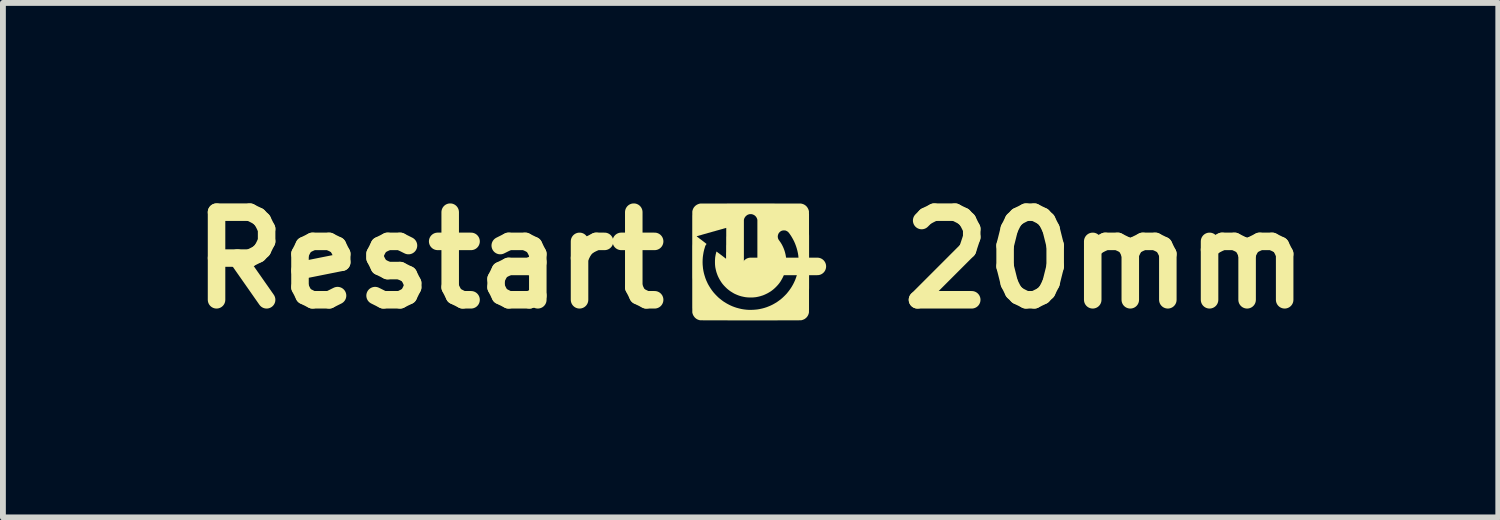
<source format=kicad_pcb>
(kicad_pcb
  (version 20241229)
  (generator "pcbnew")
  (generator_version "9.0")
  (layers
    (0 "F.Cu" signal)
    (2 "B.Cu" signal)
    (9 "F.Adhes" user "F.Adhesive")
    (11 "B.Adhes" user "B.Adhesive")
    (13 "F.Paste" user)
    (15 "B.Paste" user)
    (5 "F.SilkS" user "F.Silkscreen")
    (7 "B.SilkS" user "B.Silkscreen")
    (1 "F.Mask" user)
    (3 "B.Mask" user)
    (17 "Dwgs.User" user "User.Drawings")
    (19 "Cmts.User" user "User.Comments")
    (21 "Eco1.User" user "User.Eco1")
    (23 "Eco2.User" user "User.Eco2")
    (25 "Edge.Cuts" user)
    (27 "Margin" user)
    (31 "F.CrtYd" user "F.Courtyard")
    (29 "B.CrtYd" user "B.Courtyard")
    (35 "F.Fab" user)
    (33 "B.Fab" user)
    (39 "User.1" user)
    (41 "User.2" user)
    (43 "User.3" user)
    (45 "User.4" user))
  (footprint "Restart - 20mm"
    (layer "F.Cu")
    (at 9.8 1.404)
    (property "Reference" "Restart - 20mm" (at 0 0 0) (layer "F.SilkS") (effects (font (size 1.5 1.5) (thickness 0.3))))
    (attr board_only exclude_from_pos_files exclude_from_bom)
    (fp_poly (pts (xy 0.042 -0.971) (xy 0.081 -0.971) (xy 0.119 -0.971) (xy 0.158 -0.971) (xy 0.196 -0.971) (xy 0.234 -0.971) (xy 0.271 -0.971) (xy 0.308 -0.971) (xy 0.344 -0.971) (xy 0.38 -0.971) (xy 0.415 -0.97) (xy 0.449 -0.97) (xy 0.482 -0.97) (xy 0.515 -0.97) (xy 0.546 -0.97) (xy 0.577 -0.97) (xy 0.606 -0.97) (xy 0.634 -0.97) (xy 0.661 -0.97) (xy 0.686 -0.97) (xy 0.71 -0.97) (xy 0.733 -0.97) (xy 0.754 -0.97) (xy 0.773 -0.97) (xy 0.791 -0.97) (xy 0.807 -0.97) (xy 0.821 -0.969) (xy 0.833 -0.969) (xy 0.844 -0.969) (xy 0.852 -0.969) (xy 0.858 -0.969) (xy 0.862 -0.969) (xy 0.864 -0.969) (xy 0.882 -0.965) (xy 0.901 -0.959) (xy 0.918 -0.951) (xy 0.934 -0.941) (xy 0.949 -0.929) (xy 0.954 -0.924) (xy 0.967 -0.909) (xy 0.977 -0.894) (xy 0.986 -0.877) (xy 0.993 -0.859) (xy 0.998 -0.841) (xy 0.999 -0.833) (xy 0.999 -0.832) (xy 0.999 -0.827) (xy 0.999 -0.821) (xy 0.999 -0.813) (xy 0.999 -0.802) (xy 1 -0.79) (xy 1 -0.775) (xy 1 -0.759) (xy 1 -0.741) (xy 1 -0.722) (xy 1 -0.7) (xy 1 -0.678) (xy 1 -0.653) (xy 1 -0.628) (xy 1 -0.601) (xy 1 -0.573) (xy 1 -0.543) (xy 1 -0.513) (xy 1 -0.481) (xy 1 -0.448) (xy 1.001 -0.415) (xy 1.001 -0.381) (xy 1.001 -0.346) (xy 1.001 -0.31) (xy 1.001 -0.273) (xy 1.001 -0.237) (xy 1.001 -0.199) (xy 1.001 -0.161) (xy 1.001 -0.123) (xy 1.001 -0.084) (xy 1.001 -0.046) (xy 1.001 -0.007) (xy 1.001 0.032) (xy 1.001 0.071) (xy 1.001 0.11) (xy 1.001 0.148) (xy 1.001 0.187) (xy 1.001 0.225) (xy 1.001 0.263) (xy 1.001 0.3) (xy 1.001 0.337) (xy 1.001 0.373) (xy 1.001 0.409) (xy 1.001 0.444) (xy 1.001 0.478) (xy 1 0.512) (xy 1 0.544) (xy 1 0.576) (xy 1 0.606) (xy 1 0.635) (xy 1 0.664) (xy 1 0.69) (xy 1 0.716) (xy 1 0.74) (xy 1 0.763) (xy 1 0.784) (xy 1 0.803) (xy 1 0.821) (xy 1 0.837) (xy 1 0.851) (xy 0.999 0.863) (xy 0.999 0.874) (xy 0.999 0.882) (xy 0.999 0.888) (xy 0.999 0.892) (xy 0.999 0.894) (xy 0.995 0.913) (xy 0.989 0.931) (xy 0.981 0.948) (xy 0.971 0.964) (xy 0.959 0.979) (xy 0.954 0.984) (xy 0.939 0.997) (xy 0.924 1.008) (xy 0.907 1.016) (xy 0.889 1.023) (xy 0.871 1.028) (xy 0.864 1.029) (xy 0.862 1.029) (xy 0.857 1.029) (xy 0.851 1.029) (xy 0.843 1.029) (xy 0.832 1.029) (xy 0.82 1.03) (xy 0.806 1.03) (xy 0.789 1.03) (xy 0.772 1.03) (xy 0.752 1.03) (xy 0.731 1.03) (xy 0.708 1.03) (xy 0.684 1.03) (xy 0.658 1.03) (xy 0.631 1.03) (xy 0.603 1.03) (xy 0.574 1.03) (xy 0.543 1.03) (xy 0.512 1.03) (xy 0.479 1.03) (xy 0.446 1.031) (xy 0.412 1.031) (xy 0.377 1.031) (xy 0.341 1.031) (xy 0.304 1.031) (xy 0.267 1.031) (xy 0.23 1.031) (xy 0.192 1.031) (xy 0.154 1.031) (xy 0.116 1.031) (xy 0.077 1.031) (xy 0.038 1.031) (xy -0.001 1.031) (xy -0.04 1.031) (xy -0.079 1.031) (xy -0.117 1.031) (xy -0.156 1.031) (xy -0.194 1.031) (xy -0.232 1.031) (xy -0.269 1.031) (xy -0.306 1.031) (xy -0.342 1.031) (xy -0.378 1.031) (xy -0.413 1.03) (xy -0.447 1.03) (xy -0.481 1.03) (xy -0.513 1.03) (xy -0.545 1.03) (xy -0.575 1.03) (xy -0.604 1.03) (xy -0.633 1.03) (xy -0.659 1.03) (xy -0.685 1.03) (xy -0.709 1.03) (xy -0.732 1.03) (xy -0.753 1.03) (xy -0.772 1.03) (xy -0.79 1.03) (xy -0.806 1.03) (xy -0.82 1.029) (xy -0.833 1.029) (xy -0.843 1.029) (xy -0.851 1.029) (xy -0.858 1.029) (xy -0.862 1.029) (xy -0.864 1.029) (xy -0.882 1.025) (xy -0.9 1.019) (xy -0.917 1.011) (xy -0.933 1.001) (xy -0.948 0.988) (xy -0.953 0.984) (xy -0.965 0.969) (xy -0.976 0.954) (xy -0.985 0.937) (xy -0.992 0.919) (xy -0.997 0.901) (xy -0.998 0.894) (xy -0.998 0.892) (xy -0.998 0.887) (xy -0.998 0.881) (xy -0.998 0.873) (xy -0.998 0.862) (xy -0.998 0.85) (xy -0.998 0.835) (xy -0.999 0.819) (xy -0.999 0.801) (xy -0.999 0.782) (xy -0.999 0.76) (xy -0.999 0.738) (xy -0.999 0.713) (xy -0.999 0.688) (xy -0.999 0.661) (xy -0.999 0.633) (xy -0.999 0.603) (xy -0.999 0.573) (xy -0.999 0.541) (xy -0.999 0.509) (xy -0.999 0.475) (xy -0.999 0.441) (xy -0.999 0.406) (xy -0.999 0.37) (xy -0.999 0.334) (xy -1 0.297) (xy -1 0.259) (xy -1 0.221) (xy -1 0.183) (xy -1 0.145) (xy -1 0.106) (xy -1 0.067) (xy -1 0.028) (xy -1 -0.011) (xy -1 -0.05) (xy -1 -0.088) (xy -1 -0.127) (xy -1 -0.165) (xy -1 -0.203) (xy -1 -0.24) (xy -0.999 -0.277) (xy -0.999 -0.313) (xy -0.999 -0.349) (xy -0.999 -0.384) (xy -0.999 -0.409) (xy -0.924 -0.409) (xy -0.924 -0.409) (xy -0.924 -0.409) (xy -0.923 -0.408) (xy -0.922 -0.407) (xy -0.92 -0.406) (xy -0.918 -0.404) (xy -0.915 -0.401) (xy -0.911 -0.398) (xy -0.906 -0.395) (xy -0.9 -0.39) (xy -0.893 -0.385) (xy -0.885 -0.379) (xy -0.876 -0.371) (xy -0.865 -0.363) (xy -0.852 -0.354) (xy -0.838 -0.343) (xy -0.822 -0.331) (xy -0.816 -0.326) (xy -0.805 -0.318) (xy -0.795 -0.31) (xy -0.786 -0.303) (xy -0.778 -0.297) (xy -0.771 -0.291) (xy -0.765 -0.286) (xy -0.76 -0.282) (xy -0.756 -0.28) (xy -0.755 -0.278) (xy -0.755 -0.278) (xy -0.755 -0.277) (xy -0.757 -0.274) (xy -0.759 -0.27) (xy -0.762 -0.265) (xy -0.764 -0.262) (xy -0.775 -0.247) (xy -0.782 -0.223) (xy -0.795 -0.18) (xy -0.805 -0.137) (xy -0.812 -0.095) (xy -0.818 -0.053) (xy -0.821 -0.011) (xy -0.822 0.032) (xy -0.821 0.074) (xy -0.819 0.097) (xy -0.815 0.14) (xy -0.808 0.183) (xy -0.799 0.225) (xy -0.787 0.267) (xy -0.774 0.308) (xy -0.758 0.349) (xy -0.75 0.366) (xy -0.732 0.405) (xy -0.711 0.442) (xy -0.688 0.479) (xy -0.664 0.514) (xy -0.638 0.548) (xy -0.609 0.581) (xy -0.579 0.612) (xy -0.548 0.642) (xy -0.524 0.662) (xy -0.492 0.687) (xy -0.459 0.711) (xy -0.424 0.733) (xy -0.388 0.753) (xy -0.351 0.772) (xy -0.313 0.789) (xy -0.279 0.802) (xy -0.24 0.815) (xy -0.199 0.826) (xy -0.157 0.836) (xy -0.115 0.843) (xy -0.072 0.848) (xy -0.041 0.85) (xy -0.032 0.851) (xy -0.021 0.851) (xy -0.009 0.851) (xy 0.004 0.851) (xy 0.017 0.851) (xy 0.03 0.85) (xy 0.043 0.85) (xy 0.054 0.849) (xy 0.064 0.849) (xy 0.068 0.848) (xy 0.112 0.844) (xy 0.154 0.837) (xy 0.196 0.828) (xy 0.237 0.817) (xy 0.277 0.804) (xy 0.317 0.788) (xy 0.341 0.778) (xy 0.38 0.759) (xy 0.417 0.738) (xy 0.453 0.716) (xy 0.488 0.691) (xy 0.522 0.665) (xy 0.554 0.637) (xy 0.585 0.607) (xy 0.615 0.576) (xy 0.642 0.543) (xy 0.668 0.509) (xy 0.692 0.474) (xy 0.704 0.455) (xy 0.726 0.417) (xy 0.745 0.379) (xy 0.763 0.339) (xy 0.778 0.299) (xy 0.791 0.258) (xy 0.802 0.216) (xy 0.81 0.174) (xy 0.817 0.132) (xy 0.821 0.089) (xy 0.823 0.046) (xy 0.823 0.003) (xy 0.82 -0.04) (xy 0.816 -0.083) (xy 0.81 -0.12) (xy 0.801 -0.161) (xy 0.79 -0.202) (xy 0.777 -0.242) (xy 0.762 -0.282) (xy 0.745 -0.321) (xy 0.726 -0.358) (xy 0.705 -0.395) (xy 0.704 -0.396) (xy 0.697 -0.408) (xy 0.689 -0.421) (xy 0.681 -0.432) (xy 0.673 -0.444) (xy 0.666 -0.454) (xy 0.659 -0.463) (xy 0.652 -0.471) (xy 0.647 -0.478) (xy 0.642 -0.483) (xy 0.641 -0.483) (xy 0.63 -0.492) (xy 0.618 -0.499) (xy 0.604 -0.505) (xy 0.596 -0.508) (xy 0.59 -0.509) (xy 0.583 -0.509) (xy 0.574 -0.51) (xy 0.566 -0.51) (xy 0.557 -0.509) (xy 0.55 -0.508) (xy 0.544 -0.507) (xy 0.544 -0.507) (xy 0.531 -0.503) (xy 0.517 -0.496) (xy 0.505 -0.487) (xy 0.494 -0.477) (xy 0.485 -0.466) (xy 0.484 -0.464) (xy 0.476 -0.452) (xy 0.471 -0.438) (xy 0.467 -0.423) (xy 0.465 -0.408) (xy 0.466 -0.394) (xy 0.468 -0.379) (xy 0.471 -0.37) (xy 0.473 -0.364) (xy 0.476 -0.358) (xy 0.479 -0.352) (xy 0.483 -0.346) (xy 0.488 -0.339) (xy 0.49 -0.336) (xy 0.512 -0.305) (xy 0.532 -0.273) (xy 0.549 -0.24) (xy 0.564 -0.207) (xy 0.577 -0.173) (xy 0.588 -0.138) (xy 0.597 -0.102) (xy 0.604 -0.065) (xy 0.609 -0.026) (xy 0.61 -0.023) (xy 0.61 -0.015) (xy 0.611 -0.005) (xy 0.611 0.006) (xy 0.611 0.018) (xy 0.611 0.031) (xy 0.611 0.043) (xy 0.611 0.055) (xy 0.611 0.067) (xy 0.61 0.077) (xy 0.609 0.086) (xy 0.609 0.088) (xy 0.604 0.126) (xy 0.597 0.164) (xy 0.587 0.2) (xy 0.576 0.236) (xy 0.563 0.27) (xy 0.547 0.304) (xy 0.529 0.336) (xy 0.51 0.368) (xy 0.49 0.396) (xy 0.468 0.423) (xy 0.444 0.449) (xy 0.418 0.475) (xy 0.391 0.499) (xy 0.372 0.514) (xy 0.348 0.532) (xy 0.322 0.548) (xy 0.295 0.564) (xy 0.267 0.578) (xy 0.239 0.591) (xy 0.21 0.603) (xy 0.2 0.606) (xy 0.165 0.617) (xy 0.129 0.626) (xy 0.093 0.633) (xy 0.056 0.637) (xy 0.019 0.639) (xy -0.017 0.639) (xy -0.054 0.637) (xy -0.091 0.633) (xy -0.127 0.626) (xy -0.162 0.618) (xy -0.198 0.607) (xy -0.232 0.594) (xy -0.266 0.579) (xy -0.281 0.572) (xy -0.313 0.553) (xy -0.345 0.533) (xy -0.375 0.511) (xy -0.403 0.488) (xy -0.43 0.462) (xy -0.456 0.435) (xy -0.48 0.407) (xy -0.502 0.377) (xy -0.507 0.369) (xy -0.527 0.337) (xy -0.545 0.304) (xy -0.561 0.271) (xy -0.574 0.237) (xy -0.586 0.202) (xy -0.595 0.166) (xy -0.601 0.138) (xy -0.604 0.123) (xy -0.606 0.108) (xy -0.607 0.095) (xy -0.609 0.081) (xy -0.609 0.066) (xy -0.61 0.051) (xy -0.61 0.033) (xy -0.61 0.028) (xy -0.61 0.009) (xy -0.609 -0.008) (xy -0.608 -0.025) (xy -0.607 -0.041) (xy -0.605 -0.057) (xy -0.602 -0.073) (xy -0.599 -0.091) (xy -0.598 -0.095) (xy -0.597 -0.101) (xy -0.595 -0.108) (xy -0.593 -0.116) (xy -0.591 -0.123) (xy -0.59 -0.13) (xy -0.588 -0.136) (xy -0.586 -0.142) (xy -0.585 -0.146) (xy -0.584 -0.147) (xy -0.583 -0.147) (xy -0.581 -0.146) (xy -0.577 -0.143) (xy -0.571 -0.139) (xy -0.564 -0.133) (xy -0.555 -0.126) (xy -0.544 -0.118) (xy -0.531 -0.109) (xy -0.517 -0.098) (xy -0.502 -0.087) (xy -0.42 -0.024) (xy -0.42 -0.05) (xy -0.42 -0.062) (xy -0.42 -0.076) (xy -0.42 -0.091) (xy -0.42 -0.107) (xy -0.42 -0.124) (xy -0.419 -0.143) (xy -0.419 -0.162) (xy -0.419 -0.182) (xy -0.419 -0.203) (xy -0.419 -0.223) (xy -0.419 -0.245) (xy -0.418 -0.266) (xy -0.418 -0.288) (xy -0.418 -0.31) (xy -0.418 -0.331) (xy -0.418 -0.352) (xy -0.418 -0.373) (xy -0.418 -0.393) (xy -0.417 -0.413) (xy -0.417 -0.432) (xy -0.417 -0.45) (xy -0.417 -0.466) (xy -0.417 -0.482) (xy -0.417 -0.497) (xy -0.417 -0.51) (xy -0.417 -0.521) (xy -0.417 -0.531) (xy -0.417 -0.54) (xy -0.417 -0.546) (xy -0.417 -0.55) (xy -0.417 -0.552) (xy -0.417 -0.552) (xy -0.418 -0.552) (xy -0.421 -0.551) (xy -0.426 -0.55) (xy -0.433 -0.548) (xy -0.442 -0.545) (xy -0.453 -0.543) (xy -0.465 -0.539) (xy -0.478 -0.535) (xy -0.493 -0.531) (xy -0.508 -0.527) (xy -0.525 -0.522) (xy -0.543 -0.517) (xy -0.561 -0.512) (xy -0.58 -0.507) (xy -0.6 -0.501) (xy -0.62 -0.495) (xy -0.64 -0.49) (xy -0.661 -0.484) (xy -0.681 -0.478) (xy -0.702 -0.472) (xy -0.722 -0.467) (xy -0.742 -0.461) (xy -0.762 -0.455) (xy -0.781 -0.45) (xy -0.799 -0.445) (xy -0.817 -0.44) (xy -0.834 -0.435) (xy -0.849 -0.43) (xy -0.864 -0.426) (xy -0.877 -0.423) (xy -0.889 -0.419) (xy -0.899 -0.416) (xy -0.908 -0.414) (xy -0.915 -0.412) (xy -0.92 -0.41) (xy -0.923 -0.409) (xy -0.924 -0.409) (xy -0.999 -0.409) (xy -0.999 -0.418) (xy -0.999 -0.452) (xy -0.999 -0.484) (xy -0.999 -0.516) (xy -0.999 -0.546) (xy -0.999 -0.575) (xy -0.999 -0.603) (xy -0.999 -0.63) (xy -0.999 -0.656) (xy -0.999 -0.68) (xy -0.999 -0.69) (xy -0.115 -0.69) (xy -0.115 -0.333) (xy -0.115 0.025) (xy -0.112 0.036) (xy -0.107 0.052) (xy -0.099 0.066) (xy -0.09 0.079) (xy -0.08 0.091) (xy -0.069 0.101) (xy -0.056 0.109) (xy -0.042 0.115) (xy -0.028 0.12) (xy -0.013 0.123) (xy 0.003 0.123) (xy 0.019 0.122) (xy 0.029 0.12) (xy 0.045 0.115) (xy 0.059 0.108) (xy 0.072 0.099) (xy 0.084 0.088) (xy 0.094 0.076) (xy 0.103 0.062) (xy 0.109 0.048) (xy 0.113 0.036) (xy 0.116 0.025) (xy 0.116 -0.333) (xy 0.116 -0.69) (xy 0.113 -0.701) (xy 0.108 -0.717) (xy 0.1 -0.732) (xy 0.091 -0.745) (xy 0.08 -0.757) (xy 0.068 -0.767) (xy 0.054 -0.775) (xy 0.039 -0.782) (xy 0.029 -0.785) (xy 0.024 -0.786) (xy 0.02 -0.787) (xy 0.016 -0.788) (xy 0.011 -0.788) (xy 0.004 -0.788) (xy 0.001 -0.788) (xy -0.007 -0.788) (xy -0.012 -0.788) (xy -0.017 -0.787) (xy -0.022 -0.787) (xy -0.026 -0.786) (xy -0.028 -0.785) (xy -0.044 -0.78) (xy -0.058 -0.773) (xy -0.071 -0.763) (xy -0.083 -0.753) (xy -0.093 -0.74) (xy -0.102 -0.727) (xy -0.109 -0.712) (xy -0.112 -0.701) (xy -0.115 -0.69) (xy -0.999 -0.69) (xy -0.999 -0.702) (xy -0.999 -0.723) (xy -0.999 -0.743) (xy -0.999 -0.761) (xy -0.998 -0.777) (xy -0.998 -0.791) (xy -0.998 -0.803) (xy -0.998 -0.813) (xy -0.998 -0.822) (xy -0.998 -0.828) (xy -0.998 -0.832) (xy -0.998 -0.833) (xy -0.994 -0.852) (xy -0.988 -0.87) (xy -0.98 -0.888) (xy -0.97 -0.904) (xy -0.958 -0.918) (xy -0.953 -0.924) (xy -0.938 -0.937) (xy -0.923 -0.947) (xy -0.906 -0.956) (xy -0.888 -0.963) (xy -0.87 -0.968) (xy -0.862 -0.969) (xy -0.86 -0.969) (xy -0.856 -0.969) (xy -0.85 -0.969) (xy -0.841 -0.969) (xy -0.831 -0.969) (xy -0.818 -0.969) (xy -0.804 -0.97) (xy -0.788 -0.97) (xy -0.77 -0.97) (xy -0.75 -0.97) (xy -0.729 -0.97) (xy -0.706 -0.97) (xy -0.682 -0.97) (xy -0.657 -0.97) (xy -0.63 -0.97) (xy -0.601 -0.97) (xy -0.572 -0.97) (xy -0.542 -0.97) (xy -0.51 -0.97) (xy -0.477 -0.97) (xy -0.444 -0.97) (xy -0.41 -0.97) (xy -0.375 -0.971) (xy -0.339 -0.971) (xy -0.302 -0.971) (xy -0.265 -0.971) (xy -0.228 -0.971) (xy -0.19 -0.971) (xy -0.152 -0.971) (xy -0.114 -0.971) (xy -0.075 -0.971) (xy -0.036 -0.971) (xy 0.003 -0.971)) (stroke (width 0) (type solid)) (fill yes) (layer "F.SilkS")))
  (gr_rect
    (start -3 -3)
    (end 22.6 5.808)
    (stroke (width 0.1) (type default))
    (fill no)
    (layer "Edge.Cuts")))
</source>
